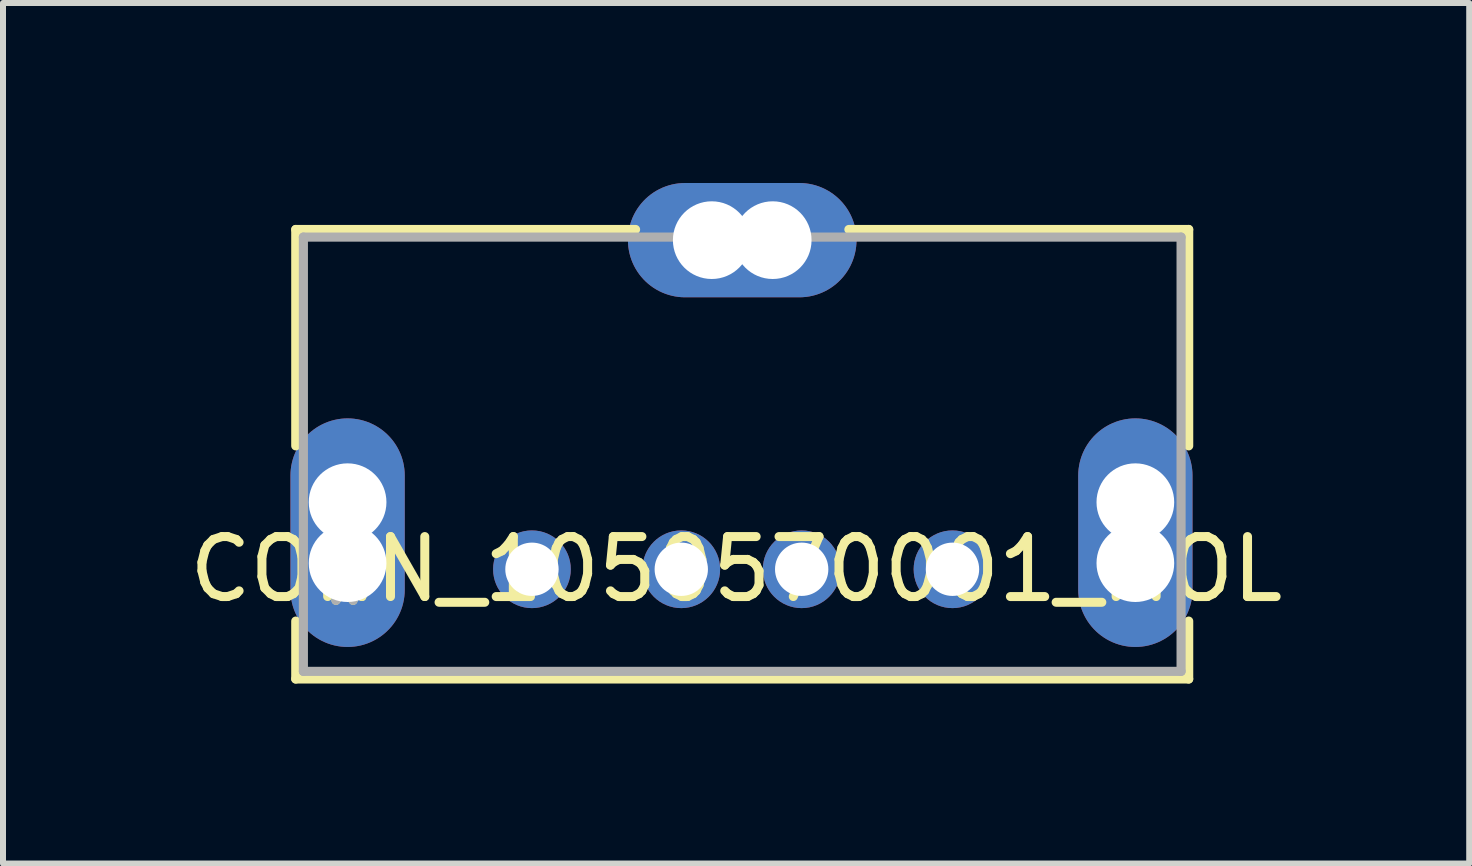
<source format=kicad_pcb>
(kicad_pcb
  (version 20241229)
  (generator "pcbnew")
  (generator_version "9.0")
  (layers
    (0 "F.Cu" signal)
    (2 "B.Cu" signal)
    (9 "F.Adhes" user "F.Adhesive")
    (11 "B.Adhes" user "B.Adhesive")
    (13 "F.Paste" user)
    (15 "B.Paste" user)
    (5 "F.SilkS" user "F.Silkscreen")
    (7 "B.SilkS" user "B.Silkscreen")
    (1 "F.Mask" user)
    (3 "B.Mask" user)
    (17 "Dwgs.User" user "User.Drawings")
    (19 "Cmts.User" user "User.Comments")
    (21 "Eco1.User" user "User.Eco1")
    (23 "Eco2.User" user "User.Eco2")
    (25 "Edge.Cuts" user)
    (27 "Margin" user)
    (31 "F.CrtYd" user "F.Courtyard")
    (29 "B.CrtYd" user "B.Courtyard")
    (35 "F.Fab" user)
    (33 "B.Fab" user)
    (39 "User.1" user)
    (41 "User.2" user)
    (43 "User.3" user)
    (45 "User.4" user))
  (footprint "CONN_1050570001_MOL"
    (layer "F.Cu")
    (at 5.817 6.439)
    (property "Reference" "CONN_1050570001_MOL" (at 3.404 0 0) (layer "F.SilkS") (effects (font (size 1 1) (thickness 0.15))))
    (attr through_hole)
    (fp_line (start -3.937 -5.664) (end -3.937 -2.057) (stroke (width 0.152) (type solid)) (layer "F.SilkS"))
    (fp_line (start -3.937 0.864) (end -3.937 1.829) (stroke (width 0.152) (type solid)) (layer "F.SilkS"))
    (fp_line (start -3.937 1.829) (end 10.947 1.829) (stroke (width 0.152) (type solid)) (layer "F.SilkS"))
    (fp_line (start 1.727 -5.664) (end -3.937 -5.664) (stroke (width 0.152) (type solid)) (layer "F.SilkS"))
    (fp_line (start 10.947 -5.664) (end 5.283 -5.664) (stroke (width 0.152) (type solid)) (layer "F.SilkS"))
    (fp_line (start 10.947 -2.057) (end 10.947 -5.664) (stroke (width 0.152) (type solid)) (layer "F.SilkS"))
    (fp_line (start 10.947 1.829) (end 10.947 0.864) (stroke (width 0.152) (type solid)) (layer "F.SilkS"))
    (fp_line (start -3.073 -0.102) (end -3.073 -1.118) (stroke (width 0.01) (type solid)) (layer "Edge.Cuts"))
    (fp_line (start 2.997 -5.486) (end 4.013 -5.486) (stroke (width 0.01) (type solid)) (layer "Edge.Cuts"))
    (fp_line (start 10.058 -0.102) (end 10.058 -1.118) (stroke (width 0.01) (type solid)) (layer "Edge.Cuts"))
    (fp_line (start -3.81 -5.537) (end -3.81 1.702) (stroke (width 0.152) (type solid)) (layer "F.Fab"))
    (fp_line (start -3.81 1.702) (end 10.82 1.702) (stroke (width 0.152) (type solid)) (layer "F.Fab"))
    (fp_line (start 10.82 -5.537) (end -3.81 -5.537) (stroke (width 0.152) (type solid)) (layer "F.Fab"))
    (fp_line (start 10.82 1.702) (end 10.82 -5.537) (stroke (width 0.152) (type solid)) (layer "F.Fab"))
    (fp_text user "*" (at -3.124 0.635 0) (layer "F.SilkS") (effects (font (size 1 1) (thickness 0.15))))
    (fp_text user "*" (at -3.124 0.635 0) (layer "F.Fab") (effects (font (size 1 1) (thickness 0.15))))
    (pad "" np_thru_hole circle (at -3.073 -1.118) (size 1.295 1.295) (drill 1.295) (layers "*.Cu" "*.Mask"))
    (pad "" np_thru_hole circle (at -3.073 -0.102) (size 1.295 1.295) (drill 1.295) (layers "*.Cu" "*.Mask"))
    (pad "" np_thru_hole circle (at 2.997 -5.486) (size 1.295 1.295) (drill 1.295) (layers "*.Cu" "*.Mask"))
    (pad "" np_thru_hole circle (at 4.013 -5.486) (size 1.295 1.295) (drill 1.295) (layers "*.Cu" "*.Mask"))
    (pad "" np_thru_hole circle (at 10.058 -1.118) (size 1.295 1.295) (drill 1.295) (layers "*.Cu" "*.Mask"))
    (pad "" np_thru_hole circle (at 10.058 -0.102) (size 1.295 1.295) (drill 1.295) (layers "*.Cu" "*.Mask"))
    (pad "1" thru_hole circle (at 0 0) (size 1.295 1.295) (drill 0.889) (layers "*.Cu" "*.Mask"))
    (pad "2" thru_hole circle (at 2.489 0) (size 1.295 1.295) (drill 0.889) (layers "*.Cu" "*.Mask"))
    (pad "3" thru_hole circle (at 4.496 0) (size 1.295 1.295) (drill 0.889) (layers "*.Cu" "*.Mask"))
    (pad "4" thru_hole circle (at 7.01 0) (size 1.295 1.295) (drill 0.889) (layers "*.Cu" "*.Mask"))
    (pad "S_1" thru_hole oval (at -3.073 -0.61) (size 1.905 3.81) (drill 0.025) (layers "*.Cu" "*.Mask"))
    (pad "S_2" thru_hole oval (at 10.058 -0.61) (size 1.905 3.81) (drill 0.025) (layers "*.Cu" "*.Mask"))
    (pad "S_3" thru_hole oval (at 3.505 -5.486) (size 3.81 1.905) (drill 0.025) (layers "*.Cu" "*.Mask")))
  (gr_rect
    (start -3 -3)
    (end 21.44 11.344)
    (stroke (width 0.1) (type default))
    (fill no)
    (layer "Edge.Cuts")))
</source>
